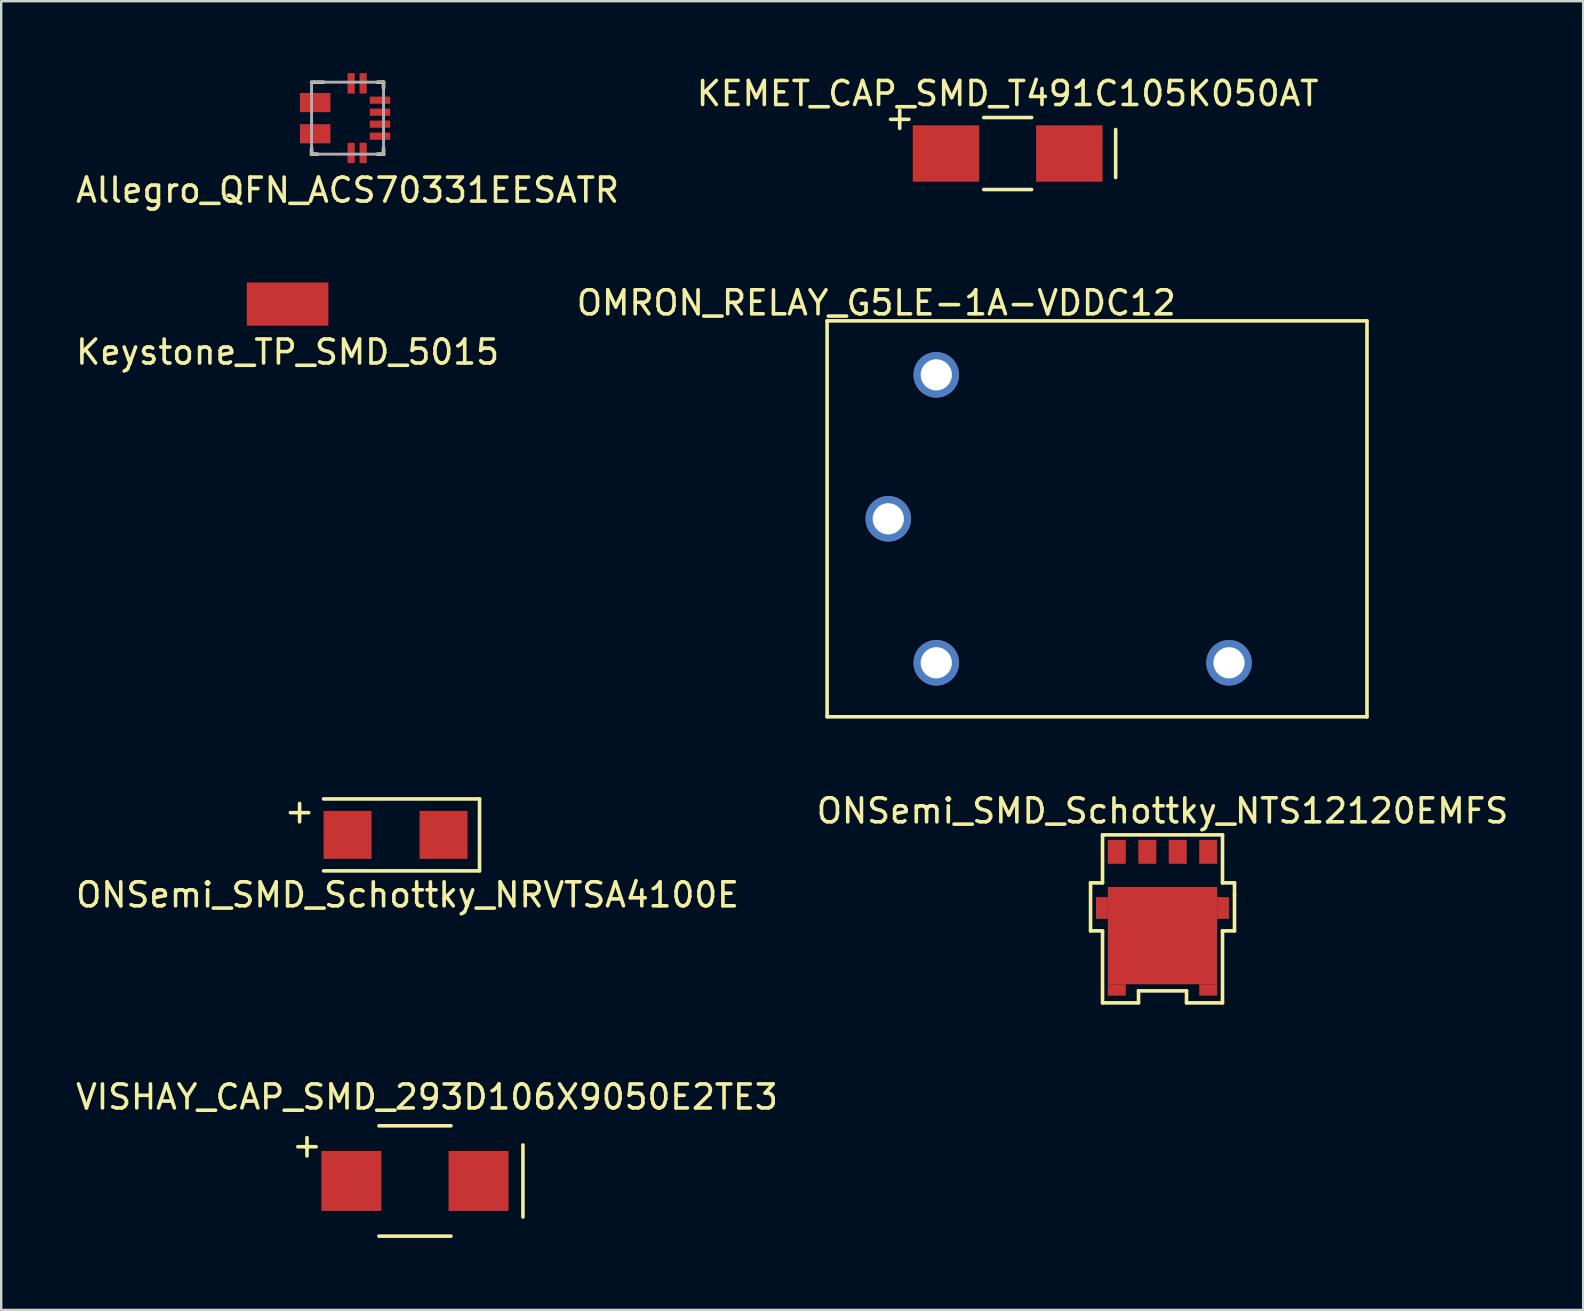
<source format=kicad_pcb>
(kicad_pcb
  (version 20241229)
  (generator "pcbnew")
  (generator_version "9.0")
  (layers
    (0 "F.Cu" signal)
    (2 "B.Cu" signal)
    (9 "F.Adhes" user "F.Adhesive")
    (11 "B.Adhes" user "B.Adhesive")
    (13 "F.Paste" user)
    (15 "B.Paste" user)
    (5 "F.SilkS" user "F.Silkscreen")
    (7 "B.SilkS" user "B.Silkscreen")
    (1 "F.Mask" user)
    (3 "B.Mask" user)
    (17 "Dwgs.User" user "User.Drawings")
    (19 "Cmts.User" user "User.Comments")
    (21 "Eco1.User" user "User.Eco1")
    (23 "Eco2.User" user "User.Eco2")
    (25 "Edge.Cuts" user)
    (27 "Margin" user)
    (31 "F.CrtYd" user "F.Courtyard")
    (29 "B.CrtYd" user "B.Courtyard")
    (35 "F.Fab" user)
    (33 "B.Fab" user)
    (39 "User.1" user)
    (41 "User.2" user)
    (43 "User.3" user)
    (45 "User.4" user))
  (footprint "KEMET_CAP_SMD_T491C105K050AT"
    (layer "F.Cu")
    (at 38.946 3.348)
    (property "Reference" "KEMET_CAP_SMD_T491C105K050AT" (at 0 -2.5 0) (layer "F.SilkS") (effects (font (size 1 1) (thickness 0.15))))
    (attr through_hole)
    (fp_line (start -1 -1.5) (end 1 -1.5) (stroke (width 0.15) (type solid)) (layer "F.SilkS"))
    (fp_line (start -1 1.5) (end 1 1.5) (stroke (width 0.15) (type solid)) (layer "F.SilkS"))
    (fp_line (start 4.5 -1) (end 4.5 1) (stroke (width 0.15) (type solid)) (layer "F.SilkS"))
    (fp_text user "+" (at -4.5 -1.5 0) (layer "F.SilkS") (effects (font (size 1 1) (thickness 0.15))))
    (pad "1" smd rect (at -2.57 0) (size 2.77 2.35) (layers "F.Cu" "F.Mask" "F.Paste"))
    (pad "2" smd rect (at 2.57 0) (size 2.77 2.35) (layers "F.Cu" "F.Mask" "F.Paste")))
  (footprint "VISHAY_CAP_SMD_293D106X9050E2TE3"
    (layer "F.Cu")
    (at 14.244 46.168)
    (property "Reference" "VISHAY_CAP_SMD_293D106X9050E2TE3" (at 0.5 -3.5 0) (layer "F.SilkS") (effects (font (size 1 1) (thickness 0.15))))
    (attr through_hole)
    (fp_line (start -1.5 -2.3) (end 1.5 -2.3) (stroke (width 0.15) (type solid)) (layer "F.SilkS"))
    (fp_line (start -1.5 2.3) (end 1.5 2.3) (stroke (width 0.15) (type solid)) (layer "F.SilkS"))
    (fp_line (start 4.5 -1.5) (end 4.5 1.5) (stroke (width 0.15) (type solid)) (layer "F.SilkS"))
    (fp_text user "+" (at -4.5 -1.5 0) (layer "F.SilkS") (effects (font (size 1 1) (thickness 0.15))))
    (pad "1" smd rect (at -2.65 0) (size 2.5 2.5) (layers "F.Cu" "F.Mask" "F.Paste"))
    (pad "2" smd rect (at 2.65 0) (size 2.5 2.5) (layers "F.Cu" "F.Mask" "F.Paste")))
  (footprint "ONSemi_SMD_Schottky_NTS12120EMFS"
    (layer "F.Cu")
    (at 45.399 35.245)
    (property "Reference" "ONSemi_SMD_Schottky_NTS12120EMFS" (at 0 -4.5 0) (layer "F.SilkS") (effects (font (size 1 1) (thickness 0.15))))
    (attr through_hole)
    (fp_line (start -3 -1.5) (end -3 0.5) (stroke (width 0.15) (type solid)) (layer "F.SilkS"))
    (fp_line (start -3 0.5) (end -2.5 0.5) (stroke (width 0.15) (type solid)) (layer "F.SilkS"))
    (fp_line (start -2.5 -3.5) (end -2.5 -1.5) (stroke (width 0.15) (type solid)) (layer "F.SilkS"))
    (fp_line (start -2.5 -1.5) (end -3 -1.5) (stroke (width 0.15) (type solid)) (layer "F.SilkS"))
    (fp_line (start -2.5 0.5) (end -2.5 3.5) (stroke (width 0.15) (type solid)) (layer "F.SilkS"))
    (fp_line (start -2.5 3.5) (end -1 3.5) (stroke (width 0.15) (type solid)) (layer "F.SilkS"))
    (fp_line (start -1 3) (end 1 3) (stroke (width 0.15) (type solid)) (layer "F.SilkS"))
    (fp_line (start -1 3.5) (end -1 3) (stroke (width 0.15) (type solid)) (layer "F.SilkS"))
    (fp_line (start 1 3) (end 1 3.5) (stroke (width 0.15) (type solid)) (layer "F.SilkS"))
    (fp_line (start 1 3.5) (end 2.5 3.5) (stroke (width 0.15) (type solid)) (layer "F.SilkS"))
    (fp_line (start 2.5 -3.5) (end -2.5 -3.5) (stroke (width 0.15) (type solid)) (layer "F.SilkS"))
    (fp_line (start 2.5 -1.5) (end 2.5 -3.5) (stroke (width 0.15) (type solid)) (layer "F.SilkS"))
    (fp_line (start 2.5 0.5) (end 3 0.5) (stroke (width 0.15) (type solid)) (layer "F.SilkS"))
    (fp_line (start 2.5 3.5) (end 2.5 0.5) (stroke (width 0.15) (type solid)) (layer "F.SilkS"))
    (fp_line (start 3 -1.5) (end 2.5 -1.5) (stroke (width 0.15) (type solid)) (layer "F.SilkS"))
    (fp_line (start 3 -1) (end 3 -1.5) (stroke (width 0.15) (type solid)) (layer "F.SilkS"))
    (fp_line (start 3 0.5) (end 3 -1) (stroke (width 0.15) (type solid)) (layer "F.SilkS"))
    (pad "1" smd rect (at -2.527 -0.453) (size 0.495 0.905) (layers "F.Cu" "F.Mask" "F.Paste"))
    (pad "1" smd rect (at -1.905 2.962) (size 0.75 0.475) (layers "F.Cu" "F.Mask" "F.Paste"))
    (pad "1" smd rect (at 0 0.698) (size 4.56 4.055) (layers "F.Cu" "F.Mask" "F.Paste"))
    (pad "1" smd rect (at 1.905 2.962) (size 0.75 0.475) (layers "F.Cu" "F.Mask" "F.Paste"))
    (pad "1" smd rect (at 2.527 -0.453) (size 0.495 0.905) (layers "F.Cu" "F.Mask" "F.Paste"))
    (pad "2" smd rect (at -0.635 -2.795) (size 0.75 1) (layers "F.Cu" "F.Mask" "F.Paste"))
    (pad "2" smd rect (at 0.635 -2.795) (size 0.75 1) (layers "F.Cu" "F.Mask" "F.Paste"))
    (pad "2" smd rect (at 1.905 -2.795) (size 0.75 1) (layers "F.Cu" "F.Mask" "F.Paste"))
    (pad "NC" smd rect (at -1.905 -2.795) (size 0.75 1) (layers "F.Cu" "F.Mask" "F.Paste")))
  (footprint "ONSemi_SMD_Schottky_NRVTSA4100E"
    (layer "F.Cu")
    (at 13.435 31.745)
    (property "Reference" "ONSemi_SMD_Schottky_NRVTSA4100E" (at 0.5 2.5 0) (layer "F.SilkS") (effects (font (size 1 1) (thickness 0.15))))
    (attr through_hole)
    (fp_line (start -3 1.5) (end 3.5 1.5) (stroke (width 0.15) (type solid)) (layer "F.SilkS"))
    (fp_line (start 3.5 -1.5) (end -3 -1.5) (stroke (width 0.15) (type solid)) (layer "F.SilkS"))
    (fp_line (start 3.5 -1.5) (end 3.5 1.5) (stroke (width 0.15) (type solid)) (layer "F.SilkS"))
    (fp_text user "+" (at -4 -1 0) (layer "F.SilkS") (effects (font (size 1 1) (thickness 0.15))))
    (pad "1" smd rect (at 2 0) (size 2 2) (layers "F.Cu" "F.Mask" "F.Paste"))
    (pad "2" smd rect (at -2 0) (size 2 2) (layers "F.Cu" "F.Mask" "F.Paste")))
  (footprint "OMRON_RELAY_G5LE-1A-VDDC12"
    (layer "F.Cu")
    (at 33.97 18.572)
    (property "Reference" "OMRON_RELAY_G5LE-1A-VDDC12" (at -0.5 -9 180) (layer "F.SilkS") (effects (font (size 1 1) (thickness 0.15))))
    (attr through_hole)
    (fp_line (start -2.55 -8.25) (end 19.95 -8.25) (stroke (width 0.15) (type solid)) (layer "F.SilkS"))
    (fp_line (start -2.55 8.25) (end -2.55 -8.25) (stroke (width 0.15) (type solid)) (layer "F.SilkS"))
    (fp_line (start 19.95 8.25) (end -2.55 8.25) (stroke (width 0.15) (type solid)) (layer "F.SilkS"))
    (fp_line (start 19.95 8.25) (end 19.95 -8.25) (stroke (width 0.15) (type solid)) (layer "F.SilkS"))
    (pad "1" thru_hole circle (at 0 0) (size 1.9 1.9) (drill 1.3) (layers "*.Cu" "*.Mask"))
    (pad "2" thru_hole circle (at 2 6) (size 1.9 1.9) (drill 1.3) (layers "*.Cu" "*.Mask"))
    (pad "3" thru_hole circle (at 14.2 6) (size 1.9 1.9) (drill 1.3) (layers "*.Cu" "*.Mask"))
    (pad "5" thru_hole circle (at 2 -6) (size 1.9 1.9) (drill 1.3) (layers "*.Cu" "*.Mask")))
  (footprint "Keystone_TP_SMD_5015"
    (layer "F.Cu")
    (at 8.935 9.623)
    (property "Reference" "Keystone_TP_SMD_5015" (at 0 2 0) (layer "F.SilkS") (effects (font (size 1 1) (thickness 0.15))))
    (attr through_hole)
    (pad "1" smd rect (at 0 0) (size 3.4 1.8) (layers "F.Cu" "F.Mask" "F.Paste")))
  (footprint "Allegro_QFN_ACS70331EESATR"
    (layer "F.Cu")
    (at 11.435 1.875)
    (property "Reference" "Allegro_QFN_ACS70331EESATR" (at 0 3 0) (layer "F.SilkS") (effects (font (size 1 1) (thickness 0.15))))
    (attr through_hole)
    (fp_line (start -1.5 1.25) (end -1.5 1.5) (stroke (width 0.15) (type solid)) (layer "F.SilkS"))
    (fp_line (start -1.5 1.5) (end -1.25 1.5) (stroke (width 0.15) (type solid)) (layer "F.SilkS"))
    (fp_line (start -1 -1.5) (end -1.5 -1.5) (stroke (width 0.15) (type solid)) (layer "F.SilkS"))
    (fp_line (start 1.25 1.5) (end 1.5 1.5) (stroke (width 0.15) (type solid)) (layer "F.SilkS"))
    (fp_line (start 1.5 -1.5) (end 1.25 -1.5) (stroke (width 0.15) (type solid)) (layer "F.SilkS"))
    (fp_line (start 1.5 -1.25) (end 1.5 -1.5) (stroke (width 0.15) (type solid)) (layer "F.SilkS"))
    (fp_line (start 1.5 1.5) (end 1.5 1.25) (stroke (width 0.15) (type solid)) (layer "F.SilkS"))
    (fp_line (start -1.5 -1.5) (end -1.5 1.5) (stroke (width 0.12) (type solid)) (layer "F.Fab"))
    (fp_line (start -1.5 1.5) (end 1.5 1.5) (stroke (width 0.12) (type solid)) (layer "F.Fab"))
    (fp_line (start 1.5 -1.5) (end -1.5 -1.5) (stroke (width 0.12) (type solid)) (layer "F.Fab"))
    (fp_line (start 1.5 1.5) (end 1.5 -1.5) (stroke (width 0.12) (type solid)) (layer "F.Fab"))
    (pad "1" smd rect (at -1.35 -0.65) (size 1.27 0.8) (layers "F.Cu" "F.Mask" "F.Paste"))
    (pad "3" smd rect (at -1.35 0.65) (size 1.27 0.8) (layers "F.Cu" "F.Mask" "F.Paste"))
    (pad "5" smd rect (at 0.15 1.45) (size 0.3 0.85) (layers "F.Cu" "F.Mask" "F.Paste"))
    (pad "6" smd rect (at 0.65 1.45) (size 0.3 0.85) (layers "F.Cu" "F.Mask" "F.Paste"))
    (pad "7" smd rect (at 1.35 0.75 90) (size 0.3 0.85) (layers "F.Cu" "F.Mask" "F.Paste"))
    (pad "8" smd rect (at 1.35 0.25 90) (size 0.3 0.85) (layers "F.Cu" "F.Mask" "F.Paste"))
    (pad "9" smd rect (at 1.35 -0.25 90) (size 0.3 0.85) (layers "F.Cu" "F.Mask" "F.Paste"))
    (pad "10" smd rect (at 1.35 -0.75 90) (size 0.3 0.85) (layers "F.Cu" "F.Mask" "F.Paste"))
    (pad "11" smd rect (at 0.65 -1.45) (size 0.3 0.85) (layers "F.Cu" "F.Mask" "F.Paste"))
    (pad "12" smd rect (at 0.15 -1.45) (size 0.3 0.85) (layers "F.Cu" "F.Mask" "F.Paste")))
  (gr_rect
    (start -3 -3)
    (end 62.929 51.543)
    (stroke (width 0.1) (type default))
    (fill no)
    (layer "Edge.Cuts")))
</source>
